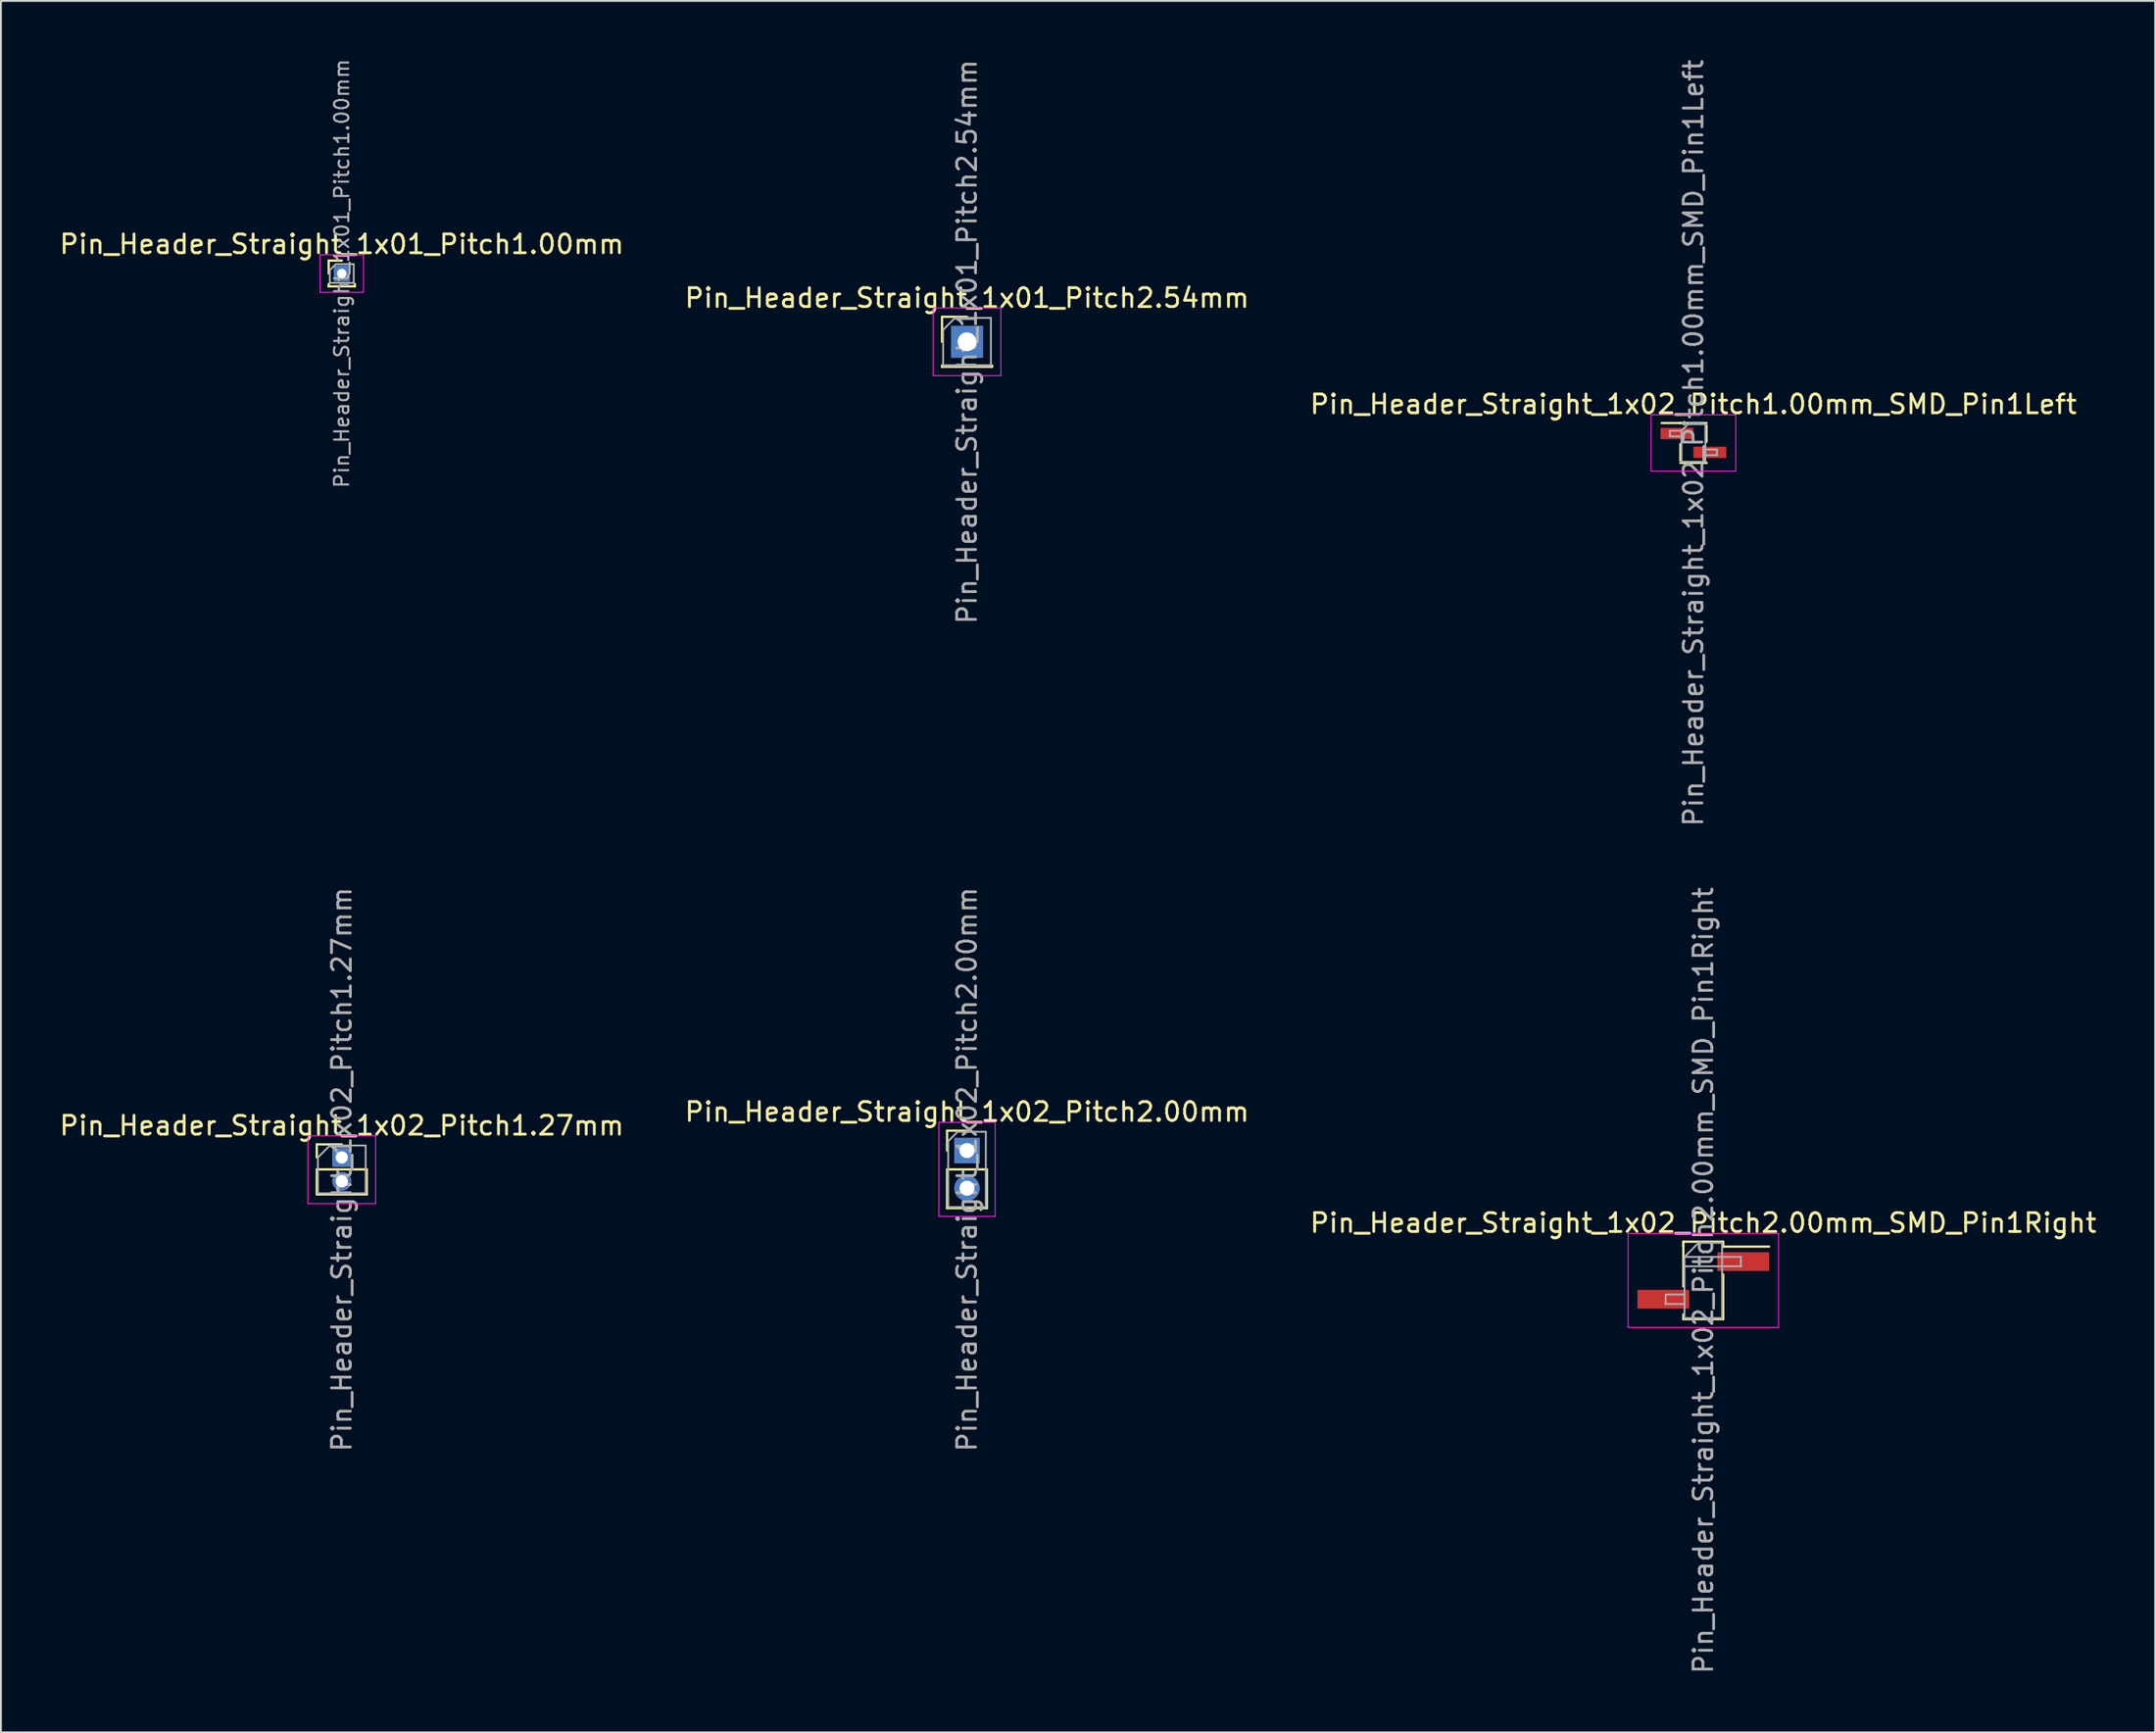
<source format=kicad_pcb>
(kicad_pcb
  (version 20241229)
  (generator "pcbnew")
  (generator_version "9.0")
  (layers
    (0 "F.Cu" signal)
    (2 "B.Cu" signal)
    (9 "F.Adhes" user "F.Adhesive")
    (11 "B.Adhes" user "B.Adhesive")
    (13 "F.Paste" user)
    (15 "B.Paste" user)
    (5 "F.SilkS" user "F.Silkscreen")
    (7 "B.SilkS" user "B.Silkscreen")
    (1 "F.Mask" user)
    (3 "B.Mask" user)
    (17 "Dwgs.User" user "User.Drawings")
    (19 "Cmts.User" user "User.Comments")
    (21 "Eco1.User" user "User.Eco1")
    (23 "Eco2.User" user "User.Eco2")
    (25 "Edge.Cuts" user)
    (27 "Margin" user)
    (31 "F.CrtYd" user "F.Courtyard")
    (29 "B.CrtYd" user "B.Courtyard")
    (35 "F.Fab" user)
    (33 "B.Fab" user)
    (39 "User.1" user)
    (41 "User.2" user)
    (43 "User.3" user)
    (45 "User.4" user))
  (footprint "Pin_Header_Straight_1x02_Pitch1.00mm_SMD_Pin1Left"
    (layer "F.Cu")
    (at 87.006 20.506)
    (property "Reference" "Pin_Header_Straight_1x02_Pitch1.00mm_SMD_Pin1Left" (at 0 -2.06 0) (layer "F.SilkS") (effects (font (size 1 1) (thickness 0.15))))
    (attr smd)
    (fp_line (start -0.695 -1.06) (end -1.69 -1.06) (stroke (width 0.12) (type solid)) (layer "F.SilkS"))
    (fp_line (start -0.695 -1.06) (end -0.695 -1.06) (stroke (width 0.12) (type solid)) (layer "F.SilkS"))
    (fp_line (start -0.695 -1.06) (end 0.695 -1.06) (stroke (width 0.12) (type solid)) (layer "F.SilkS"))
    (fp_line (start -0.695 0.06) (end -0.695 0.94) (stroke (width 0.12) (type solid)) (layer "F.SilkS"))
    (fp_line (start -0.695 1.06) (end 0.695 1.06) (stroke (width 0.12) (type solid)) (layer "F.SilkS"))
    (fp_line (start 0.695 -0.94) (end 0.695 -0.06) (stroke (width 0.12) (type solid)) (layer "F.SilkS"))
    (fp_line (start 0.695 1.06) (end 0.695 1.06) (stroke (width 0.12) (type solid)) (layer "F.SilkS"))
    (fp_line (start -2.25 -1.5) (end -2.25 1.5) (stroke (width 0.05) (type solid)) (layer "F.CrtYd"))
    (fp_line (start -2.25 1.5) (end 2.25 1.5) (stroke (width 0.05) (type solid)) (layer "F.CrtYd"))
    (fp_line (start 2.25 -1.5) (end -2.25 -1.5) (stroke (width 0.05) (type solid)) (layer "F.CrtYd"))
    (fp_line (start 2.25 1.5) (end 2.25 -1.5) (stroke (width 0.05) (type solid)) (layer "F.CrtYd"))
    (fp_line (start -1.25 -0.65) (end -1.25 -0.35) (stroke (width 0.1) (type solid)) (layer "F.Fab"))
    (fp_line (start -1.25 -0.35) (end -0.635 -0.35) (stroke (width 0.1) (type solid)) (layer "F.Fab"))
    (fp_line (start -0.635 -0.65) (end -1.25 -0.65) (stroke (width 0.1) (type solid)) (layer "F.Fab"))
    (fp_line (start -0.635 -0.65) (end -0.285 -1) (stroke (width 0.1) (type solid)) (layer "F.Fab"))
    (fp_line (start -0.635 1) (end -0.635 -0.65) (stroke (width 0.1) (type solid)) (layer "F.Fab"))
    (fp_line (start -0.285 -1) (end 0.635 -1) (stroke (width 0.1) (type solid)) (layer "F.Fab"))
    (fp_line (start 0.635 -1) (end 0.635 1) (stroke (width 0.1) (type solid)) (layer "F.Fab"))
    (fp_line (start 0.635 0.35) (end 1.25 0.35) (stroke (width 0.1) (type solid)) (layer "F.Fab"))
    (fp_line (start 0.635 1) (end -0.635 1) (stroke (width 0.1) (type solid)) (layer "F.Fab"))
    (fp_line (start 1.25 0.35) (end 1.25 0.65) (stroke (width 0.1) (type solid)) (layer "F.Fab"))
    (fp_line (start 1.25 0.65) (end 0.635 0.65) (stroke (width 0.1) (type solid)) (layer "F.Fab"))
    (fp_text user "${REFERENCE}" (at 0 0 90) (layer "F.Fab") (effects (font (size 1 1) (thickness 0.15))))
    (pad "1" smd rect (at -0.875 -0.5) (size 1.75 0.6) (layers "F.Cu" "F.Mask" "F.Paste"))
    (pad "2" smd rect (at 0.875 0.5) (size 1.75 0.6) (layers "F.Cu" "F.Mask" "F.Paste")))
  (footprint "Pin_Header_Straight_1x01_Pitch1.00mm"
    (layer "F.Cu")
    (at 15.125 11.495)
    (property "Reference" "Pin_Header_Straight_1x01_Pitch1.00mm" (at 0 -1.56 0) (layer "F.SilkS") (effects (font (size 1 1) (thickness 0.15))))
    (attr through_hole)
    (fp_line (start -0.695 -0.685) (end 0 -0.685) (stroke (width 0.12) (type solid)) (layer "F.SilkS"))
    (fp_line (start -0.695 0) (end -0.695 -0.685) (stroke (width 0.12) (type solid)) (layer "F.SilkS"))
    (fp_line (start -0.695 0.685) (end -0.695 0.56) (stroke (width 0.12) (type solid)) (layer "F.SilkS"))
    (fp_line (start -0.695 0.685) (end -0.608 0.685) (stroke (width 0.12) (type solid)) (layer "F.SilkS"))
    (fp_line (start -0.695 0.685) (end 0.695 0.685) (stroke (width 0.12) (type solid)) (layer "F.SilkS"))
    (fp_line (start 0.608 0.685) (end 0.695 0.685) (stroke (width 0.12) (type solid)) (layer "F.SilkS"))
    (fp_line (start 0.695 0.685) (end 0.695 0.56) (stroke (width 0.12) (type solid)) (layer "F.SilkS"))
    (fp_line (start -1.15 -1) (end -1.15 1) (stroke (width 0.05) (type solid)) (layer "F.CrtYd"))
    (fp_line (start -1.15 1) (end 1.15 1) (stroke (width 0.05) (type solid)) (layer "F.CrtYd"))
    (fp_line (start 1.15 -1) (end -1.15 -1) (stroke (width 0.05) (type solid)) (layer "F.CrtYd"))
    (fp_line (start 1.15 1) (end 1.15 -1) (stroke (width 0.05) (type solid)) (layer "F.CrtYd"))
    (fp_line (start -0.635 -0.182) (end -0.318 -0.5) (stroke (width 0.1) (type solid)) (layer "F.Fab"))
    (fp_line (start -0.635 0.5) (end -0.635 -0.182) (stroke (width 0.1) (type solid)) (layer "F.Fab"))
    (fp_line (start -0.318 -0.5) (end 0.635 -0.5) (stroke (width 0.1) (type solid)) (layer "F.Fab"))
    (fp_line (start 0.635 -0.5) (end 0.635 0.5) (stroke (width 0.1) (type solid)) (layer "F.Fab"))
    (fp_line (start 0.635 0.5) (end -0.635 0.5) (stroke (width 0.1) (type solid)) (layer "F.Fab"))
    (fp_text user "${REFERENCE}" (at 0 0 90) (layer "F.Fab") (effects (font (size 0.76 0.76) (thickness 0.114))))
    (pad "1" thru_hole rect (at 0 0) (size 0.85 0.85) (drill 0.5) (layers "*.Cu" "*.Mask")))
  (footprint "Pin_Header_Straight_1x02_Pitch2.00mm"
    (layer "F.Cu")
    (at 48.375 58.137)
    (property "Reference" "Pin_Header_Straight_1x02_Pitch2.00mm" (at 0 -2.06 0) (layer "F.SilkS") (effects (font (size 1 1) (thickness 0.15))))
    (attr through_hole)
    (fp_line (start -1.06 -1.06) (end 0 -1.06) (stroke (width 0.12) (type solid)) (layer "F.SilkS"))
    (fp_line (start -1.06 0) (end -1.06 -1.06) (stroke (width 0.12) (type solid)) (layer "F.SilkS"))
    (fp_line (start -1.06 1) (end -1.06 3.06) (stroke (width 0.12) (type solid)) (layer "F.SilkS"))
    (fp_line (start -1.06 3.06) (end 1.06 3.06) (stroke (width 0.12) (type solid)) (layer "F.SilkS"))
    (fp_line (start 1.06 1) (end -1.06 1) (stroke (width 0.12) (type solid)) (layer "F.SilkS"))
    (fp_line (start 1.06 3.06) (end 1.06 1) (stroke (width 0.12) (type solid)) (layer "F.SilkS"))
    (fp_line (start -1.5 -1.5) (end -1.5 3.5) (stroke (width 0.05) (type solid)) (layer "F.CrtYd"))
    (fp_line (start -1.5 3.5) (end 1.5 3.5) (stroke (width 0.05) (type solid)) (layer "F.CrtYd"))
    (fp_line (start 1.5 -1.5) (end -1.5 -1.5) (stroke (width 0.05) (type solid)) (layer "F.CrtYd"))
    (fp_line (start 1.5 3.5) (end 1.5 -1.5) (stroke (width 0.05) (type solid)) (layer "F.CrtYd"))
    (fp_line (start -1 -0.5) (end -0.5 -1) (stroke (width 0.1) (type solid)) (layer "F.Fab"))
    (fp_line (start -1 3) (end -1 -0.5) (stroke (width 0.1) (type solid)) (layer "F.Fab"))
    (fp_line (start -0.5 -1) (end 1 -1) (stroke (width 0.1) (type solid)) (layer "F.Fab"))
    (fp_line (start 1 -1) (end 1 3) (stroke (width 0.1) (type solid)) (layer "F.Fab"))
    (fp_line (start 1 3) (end -1 3) (stroke (width 0.1) (type solid)) (layer "F.Fab"))
    (fp_text user "${REFERENCE}" (at 0 1 90) (layer "F.Fab") (effects (font (size 1 1) (thickness 0.15))))
    (pad "1" thru_hole rect (at 0 0) (size 1.35 1.35) (drill 0.8) (layers "*.Cu" "*.Mask"))
    (pad "2" thru_hole oval (at 0 2) (size 1.35 1.35) (drill 0.8) (layers "*.Cu" "*.Mask")))
  (footprint "Pin_Header_Straight_1x01_Pitch2.54mm"
    (layer "F.Cu")
    (at 48.375 15.125)
    (property "Reference" "Pin_Header_Straight_1x01_Pitch2.54mm" (at 0 -2.33 0) (layer "F.SilkS") (effects (font (size 1 1) (thickness 0.15))))
    (attr through_hole)
    (fp_line (start -1.33 -1.33) (end 0 -1.33) (stroke (width 0.12) (type solid)) (layer "F.SilkS"))
    (fp_line (start -1.33 0) (end -1.33 -1.33) (stroke (width 0.12) (type solid)) (layer "F.SilkS"))
    (fp_line (start -1.33 1.27) (end -1.33 1.33) (stroke (width 0.12) (type solid)) (layer "F.SilkS"))
    (fp_line (start -1.33 1.33) (end 1.33 1.33) (stroke (width 0.12) (type solid)) (layer "F.SilkS"))
    (fp_line (start 1.33 1.27) (end -1.33 1.27) (stroke (width 0.12) (type solid)) (layer "F.SilkS"))
    (fp_line (start 1.33 1.33) (end 1.33 1.27) (stroke (width 0.12) (type solid)) (layer "F.SilkS"))
    (fp_line (start -1.8 -1.8) (end -1.8 1.8) (stroke (width 0.05) (type solid)) (layer "F.CrtYd"))
    (fp_line (start -1.8 1.8) (end 1.8 1.8) (stroke (width 0.05) (type solid)) (layer "F.CrtYd"))
    (fp_line (start 1.8 -1.8) (end -1.8 -1.8) (stroke (width 0.05) (type solid)) (layer "F.CrtYd"))
    (fp_line (start 1.8 1.8) (end 1.8 -1.8) (stroke (width 0.05) (type solid)) (layer "F.CrtYd"))
    (fp_line (start -1.27 -0.635) (end -0.635 -1.27) (stroke (width 0.1) (type solid)) (layer "F.Fab"))
    (fp_line (start -1.27 1.27) (end -1.27 -0.635) (stroke (width 0.1) (type solid)) (layer "F.Fab"))
    (fp_line (start -0.635 -1.27) (end 1.27 -1.27) (stroke (width 0.1) (type solid)) (layer "F.Fab"))
    (fp_line (start 1.27 -1.27) (end 1.27 1.27) (stroke (width 0.1) (type solid)) (layer "F.Fab"))
    (fp_line (start 1.27 1.27) (end -1.27 1.27) (stroke (width 0.1) (type solid)) (layer "F.Fab"))
    (fp_text user "${REFERENCE}" (at 0 0 90) (layer "F.Fab") (effects (font (size 1 1) (thickness 0.15))))
    (pad "1" thru_hole rect (at 0 0) (size 1.7 1.7) (drill 1) (layers "*.Cu" "*.Mask")))
  (footprint "Pin_Header_Straight_1x02_Pitch2.00mm_SMD_Pin1Right"
    (layer "F.Cu")
    (at 87.53 65.042)
    (property "Reference" "Pin_Header_Straight_1x02_Pitch2.00mm_SMD_Pin1Right" (at 0 -3.06 0) (layer "F.SilkS") (effects (font (size 1 1) (thickness 0.15))))
    (attr smd)
    (fp_line (start -1.06 -2.06) (end -1.06 0.32) (stroke (width 0.12) (type solid)) (layer "F.SilkS"))
    (fp_line (start -1.06 -2.06) (end 1.06 -2.06) (stroke (width 0.12) (type solid)) (layer "F.SilkS"))
    (fp_line (start -1.06 -1.8) (end -1.06 -2.06) (stroke (width 0.12) (type solid)) (layer "F.SilkS"))
    (fp_line (start -1.06 1.8) (end -1.06 2.06) (stroke (width 0.12) (type solid)) (layer "F.SilkS"))
    (fp_line (start -1.06 2.06) (end 1.06 2.06) (stroke (width 0.12) (type solid)) (layer "F.SilkS"))
    (fp_line (start 1.06 -2.06) (end 1.06 -1.8) (stroke (width 0.12) (type solid)) (layer "F.SilkS"))
    (fp_line (start 1.06 -1.8) (end 3.5 -1.8) (stroke (width 0.12) (type solid)) (layer "F.SilkS"))
    (fp_line (start 1.06 -0.32) (end 1.06 2.06) (stroke (width 0.12) (type solid)) (layer "F.SilkS"))
    (fp_line (start 1.06 2.06) (end 1.06 1.8) (stroke (width 0.12) (type solid)) (layer "F.SilkS"))
    (fp_line (start -4 -2.5) (end -4 2.5) (stroke (width 0.05) (type solid)) (layer "F.CrtYd"))
    (fp_line (start -4 2.5) (end 4 2.5) (stroke (width 0.05) (type solid)) (layer "F.CrtYd"))
    (fp_line (start 4 -2.5) (end -4 -2.5) (stroke (width 0.05) (type solid)) (layer "F.CrtYd"))
    (fp_line (start 4 2.5) (end 4 -2.5) (stroke (width 0.05) (type solid)) (layer "F.CrtYd"))
    (fp_line (start -2 0.75) (end -2 1.25) (stroke (width 0.1) (type solid)) (layer "F.Fab"))
    (fp_line (start -2 1.25) (end -1 1.25) (stroke (width 0.1) (type solid)) (layer "F.Fab"))
    (fp_line (start -1 -1.25) (end -0.25 -2) (stroke (width 0.1) (type solid)) (layer "F.Fab"))
    (fp_line (start -1 -1.25) (end 2 -1.25) (stroke (width 0.1) (type solid)) (layer "F.Fab"))
    (fp_line (start -1 0.75) (end -2 0.75) (stroke (width 0.1) (type solid)) (layer "F.Fab"))
    (fp_line (start -1 2) (end -1 -1.25) (stroke (width 0.1) (type solid)) (layer "F.Fab"))
    (fp_line (start -0.25 -2) (end 1 -2) (stroke (width 0.1) (type solid)) (layer "F.Fab"))
    (fp_line (start 1 -2) (end 1 2) (stroke (width 0.1) (type solid)) (layer "F.Fab"))
    (fp_line (start 1 2) (end -1 2) (stroke (width 0.1) (type solid)) (layer "F.Fab"))
    (fp_line (start 2 -1.25) (end 2 -0.75) (stroke (width 0.1) (type solid)) (layer "F.Fab"))
    (fp_line (start 2 -0.75) (end -1 -0.75) (stroke (width 0.1) (type solid)) (layer "F.Fab"))
    (fp_text user "${REFERENCE}" (at 0 0 90) (layer "F.Fab") (effects (font (size 1 1) (thickness 0.15))))
    (pad "1" smd rect (at 2.125 -1) (size 2.75 1) (layers "F.Cu" "F.Mask"))
    (pad "2" smd rect (at -2.125 1) (size 2.75 1) (layers "F.Cu" "F.Mask")))
  (footprint "Pin_Header_Straight_1x02_Pitch1.27mm"
    (layer "F.Cu")
    (at 15.125 58.502)
    (property "Reference" "Pin_Header_Straight_1x02_Pitch1.27mm" (at 0 -1.695 0) (layer "F.SilkS") (effects (font (size 1 1) (thickness 0.15))))
    (attr through_hole)
    (fp_line (start -1.33 -0.695) (end 0 -0.695) (stroke (width 0.12) (type solid)) (layer "F.SilkS"))
    (fp_line (start -1.33 0) (end -1.33 -0.695) (stroke (width 0.12) (type solid)) (layer "F.SilkS"))
    (fp_line (start -1.33 0.635) (end -1.33 1.965) (stroke (width 0.12) (type solid)) (layer "F.SilkS"))
    (fp_line (start -1.33 1.965) (end 1.33 1.965) (stroke (width 0.12) (type solid)) (layer "F.SilkS"))
    (fp_line (start 1.33 0.635) (end -1.33 0.635) (stroke (width 0.12) (type solid)) (layer "F.SilkS"))
    (fp_line (start 1.33 1.965) (end 1.33 0.635) (stroke (width 0.12) (type solid)) (layer "F.SilkS"))
    (fp_line (start -1.8 -1.15) (end -1.8 2.45) (stroke (width 0.05) (type solid)) (layer "F.CrtYd"))
    (fp_line (start -1.8 2.45) (end 1.8 2.45) (stroke (width 0.05) (type solid)) (layer "F.CrtYd"))
    (fp_line (start 1.8 -1.15) (end -1.8 -1.15) (stroke (width 0.05) (type solid)) (layer "F.CrtYd"))
    (fp_line (start 1.8 2.45) (end 1.8 -1.15) (stroke (width 0.05) (type solid)) (layer "F.CrtYd"))
    (fp_line (start -1.27 0) (end -0.635 -0.635) (stroke (width 0.1) (type solid)) (layer "F.Fab"))
    (fp_line (start -1.27 1.905) (end -1.27 0) (stroke (width 0.1) (type solid)) (layer "F.Fab"))
    (fp_line (start -0.635 -0.635) (end 1.27 -0.635) (stroke (width 0.1) (type solid)) (layer "F.Fab"))
    (fp_line (start 1.27 -0.635) (end 1.27 1.905) (stroke (width 0.1) (type solid)) (layer "F.Fab"))
    (fp_line (start 1.27 1.905) (end -1.27 1.905) (stroke (width 0.1) (type solid)) (layer "F.Fab"))
    (fp_text user "${REFERENCE}" (at 0 0.635 90) (layer "F.Fab") (effects (font (size 1 1) (thickness 0.15))))
    (pad "1" thru_hole rect (at 0 0) (size 1 1) (drill 0.65) (layers "*.Cu" "*.Mask"))
    (pad "2" thru_hole oval (at 0 1.27) (size 1 1) (drill 0.65) (layers "*.Cu" "*.Mask")))
  (gr_rect
    (start -3 -3)
    (end 111.56 89.071)
    (stroke (width 0.1) (type default))
    (fill no)
    (layer "Edge.Cuts")))
</source>
